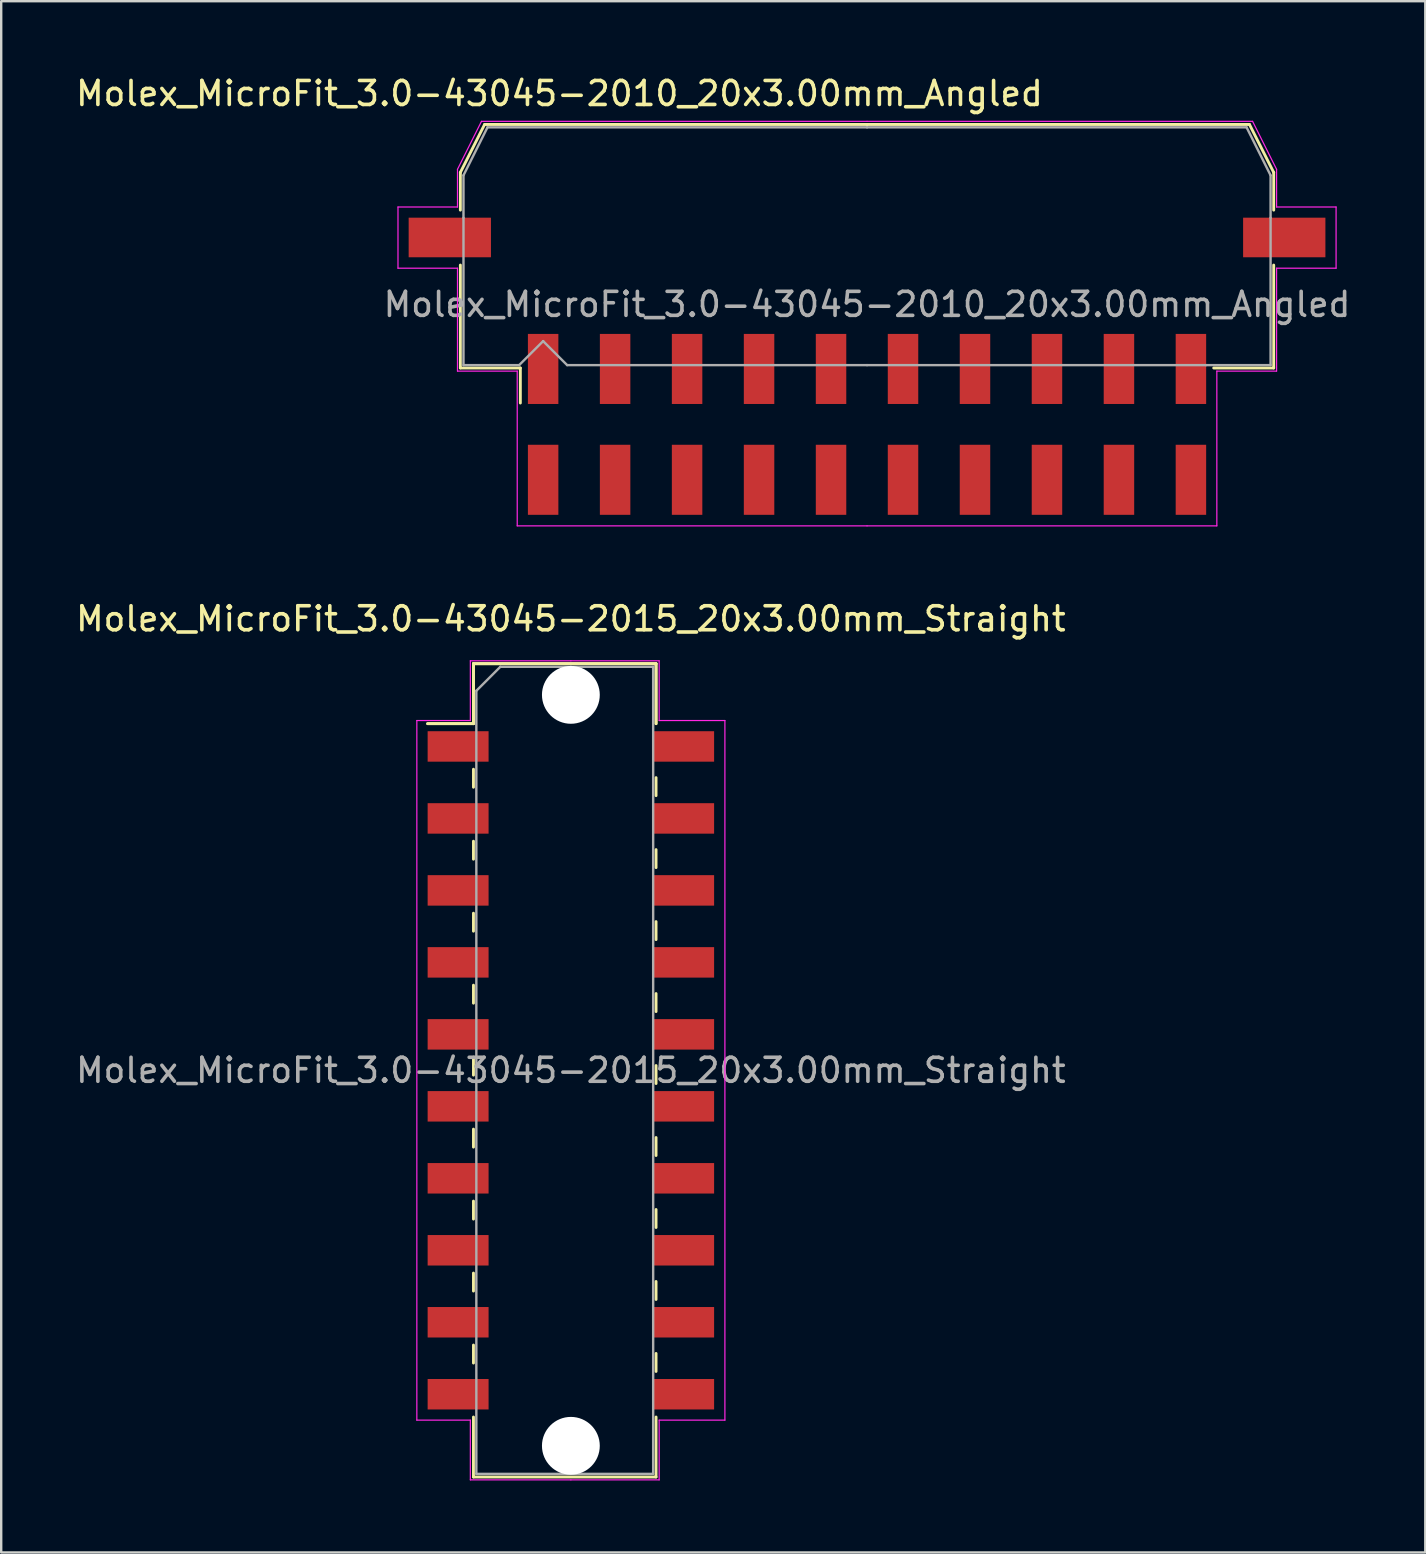
<source format=kicad_pcb>
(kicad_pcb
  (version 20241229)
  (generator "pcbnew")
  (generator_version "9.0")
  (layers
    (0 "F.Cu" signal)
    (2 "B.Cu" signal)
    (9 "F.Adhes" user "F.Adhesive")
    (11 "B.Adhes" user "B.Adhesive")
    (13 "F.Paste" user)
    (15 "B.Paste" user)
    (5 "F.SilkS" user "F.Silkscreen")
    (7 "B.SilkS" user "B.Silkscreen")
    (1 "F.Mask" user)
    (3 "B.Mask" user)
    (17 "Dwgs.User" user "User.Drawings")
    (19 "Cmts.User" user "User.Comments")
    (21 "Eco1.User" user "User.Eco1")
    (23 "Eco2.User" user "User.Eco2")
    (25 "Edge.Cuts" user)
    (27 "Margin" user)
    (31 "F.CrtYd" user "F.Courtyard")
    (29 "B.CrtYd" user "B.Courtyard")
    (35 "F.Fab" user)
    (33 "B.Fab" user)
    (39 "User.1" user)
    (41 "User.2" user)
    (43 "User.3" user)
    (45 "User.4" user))
  (footprint "Molex_MicroFit_3.0-43045-2015_20x3.00mm_Straight"
    (layer "F.Cu")
    (at 20.744 41.562)
    (property "Reference" "Molex_MicroFit_3.0-43045-2015_20x3.00mm_Straight" (at 0 -18.82 0) (layer "F.SilkS") (effects (font (size 1 1) (thickness 0.15))))
    (attr smd)
    (fp_line (start -5.97 -14.45) (end -4.06 -14.45) (stroke (width 0.12) (type solid)) (layer "F.SilkS"))
    (fp_line (start -5.97 -14.45) (end -4.06 -14.45) (stroke (width 0.12) (type solid)) (layer "F.SilkS"))
    (fp_line (start -4.06 -16.95) (end 3.55 -16.95) (stroke (width 0.12) (type solid)) (layer "F.SilkS"))
    (fp_line (start -4.06 -16.95) (end 3.55 -16.95) (stroke (width 0.12) (type solid)) (layer "F.SilkS"))
    (fp_line (start -4.06 -14.45) (end -4.06 -16.95) (stroke (width 0.12) (type solid)) (layer "F.SilkS"))
    (fp_line (start -4.06 -14.45) (end -4.06 -16.95) (stroke (width 0.12) (type solid)) (layer "F.SilkS"))
    (fp_line (start -4.06 -12.55) (end -4.06 -11.8) (stroke (width 0.12) (type solid)) (layer "F.SilkS"))
    (fp_line (start -4.06 -9.55) (end -4.06 -8.8) (stroke (width 0.12) (type solid)) (layer "F.SilkS"))
    (fp_line (start -4.06 -6.55) (end -4.06 -5.8) (stroke (width 0.12) (type solid)) (layer "F.SilkS"))
    (fp_line (start -4.06 -3.55) (end -4.06 -2.8) (stroke (width 0.12) (type solid)) (layer "F.SilkS"))
    (fp_line (start -4.06 -0.55) (end -4.06 0.2) (stroke (width 0.12) (type solid)) (layer "F.SilkS"))
    (fp_line (start -4.06 2.45) (end -4.06 3.2) (stroke (width 0.12) (type solid)) (layer "F.SilkS"))
    (fp_line (start -4.06 5.45) (end -4.06 6.2) (stroke (width 0.12) (type solid)) (layer "F.SilkS"))
    (fp_line (start -4.06 8.45) (end -4.06 9.2) (stroke (width 0.12) (type solid)) (layer "F.SilkS"))
    (fp_line (start -4.06 11.45) (end -4.06 12.2) (stroke (width 0.12) (type solid)) (layer "F.SilkS"))
    (fp_line (start -4.06 16.95) (end -4.06 14.45) (stroke (width 0.12) (type solid)) (layer "F.SilkS"))
    (fp_line (start 3.55 -16.95) (end 3.55 -14.45) (stroke (width 0.12) (type solid)) (layer "F.SilkS"))
    (fp_line (start 3.55 -16.95) (end 3.55 -14.45) (stroke (width 0.12) (type solid)) (layer "F.SilkS"))
    (fp_line (start 3.55 -11.45) (end 3.55 -12.2) (stroke (width 0.12) (type solid)) (layer "F.SilkS"))
    (fp_line (start 3.55 -8.45) (end 3.55 -9.2) (stroke (width 0.12) (type solid)) (layer "F.SilkS"))
    (fp_line (start 3.55 -5.45) (end 3.55 -6.2) (stroke (width 0.12) (type solid)) (layer "F.SilkS"))
    (fp_line (start 3.55 -2.45) (end 3.55 -3.2) (stroke (width 0.12) (type solid)) (layer "F.SilkS"))
    (fp_line (start 3.55 0.55) (end 3.55 -0.2) (stroke (width 0.12) (type solid)) (layer "F.SilkS"))
    (fp_line (start 3.55 3.55) (end 3.55 2.8) (stroke (width 0.12) (type solid)) (layer "F.SilkS"))
    (fp_line (start 3.55 6.55) (end 3.55 5.8) (stroke (width 0.12) (type solid)) (layer "F.SilkS"))
    (fp_line (start 3.55 9.55) (end 3.55 8.8) (stroke (width 0.12) (type solid)) (layer "F.SilkS"))
    (fp_line (start 3.55 12.55) (end 3.55 11.8) (stroke (width 0.12) (type solid)) (layer "F.SilkS"))
    (fp_line (start 3.55 14.45) (end 3.55 16.95) (stroke (width 0.12) (type solid)) (layer "F.SilkS"))
    (fp_line (start 3.55 16.95) (end -4.06 16.95) (stroke (width 0.12) (type solid)) (layer "F.SilkS"))
    (fp_line (start -6.42 -14.58) (end -4.19 -14.58) (stroke (width 0.05) (type solid)) (layer "F.CrtYd"))
    (fp_line (start -6.42 14.58) (end -6.42 -14.58) (stroke (width 0.05) (type solid)) (layer "F.CrtYd"))
    (fp_line (start -4.19 -17.07) (end 0 -17.07) (stroke (width 0.05) (type solid)) (layer "F.CrtYd"))
    (fp_line (start -4.19 -14.58) (end -4.19 -17.07) (stroke (width 0.05) (type solid)) (layer "F.CrtYd"))
    (fp_line (start -4.19 14.58) (end -6.42 14.58) (stroke (width 0.05) (type solid)) (layer "F.CrtYd"))
    (fp_line (start -4.19 17.07) (end -4.19 14.58) (stroke (width 0.05) (type solid)) (layer "F.CrtYd"))
    (fp_line (start 0 -17.07) (end 3.68 -17.07) (stroke (width 0.05) (type solid)) (layer "F.CrtYd"))
    (fp_line (start 0 17.07) (end -4.19 17.07) (stroke (width 0.05) (type solid)) (layer "F.CrtYd"))
    (fp_line (start 3.68 -17.07) (end 3.68 -14.58) (stroke (width 0.05) (type solid)) (layer "F.CrtYd"))
    (fp_line (start 3.68 -14.58) (end 6.42 -14.58) (stroke (width 0.05) (type solid)) (layer "F.CrtYd"))
    (fp_line (start 3.68 14.58) (end 3.68 17.07) (stroke (width 0.05) (type solid)) (layer "F.CrtYd"))
    (fp_line (start 3.68 17.07) (end 0 17.07) (stroke (width 0.05) (type solid)) (layer "F.CrtYd"))
    (fp_line (start 6.42 -14.58) (end 6.42 14.58) (stroke (width 0.05) (type solid)) (layer "F.CrtYd"))
    (fp_line (start 6.42 14.58) (end 3.68 14.58) (stroke (width 0.05) (type solid)) (layer "F.CrtYd"))
    (fp_line (start -3.94 -15.82) (end -2.94 -16.82) (stroke (width 0.1) (type solid)) (layer "F.Fab"))
    (fp_line (start -3.94 16.82) (end -3.94 -15.82) (stroke (width 0.1) (type solid)) (layer "F.Fab"))
    (fp_line (start -2.94 -16.82) (end 0 -16.82) (stroke (width 0.1) (type solid)) (layer "F.Fab"))
    (fp_line (start 0 -16.82) (end 3.43 -16.82) (stroke (width 0.1) (type solid)) (layer "F.Fab"))
    (fp_line (start 0 16.82) (end -3.94 16.82) (stroke (width 0.1) (type solid)) (layer "F.Fab"))
    (fp_line (start 3.43 -16.82) (end 3.43 16.82) (stroke (width 0.1) (type solid)) (layer "F.Fab"))
    (fp_line (start 3.43 16.82) (end 0 16.82) (stroke (width 0.1) (type solid)) (layer "F.Fab"))
    (fp_text user "${REFERENCE}" (at 0 0 0) (layer "F.Fab") (effects (font (size 1 1) (thickness 0.15))))
    (pad "" np_thru_hole circle (at 0 -15.65) (size 2.41 2.41) (drill 2.41) (layers "*.Cu"))
    (pad "" np_thru_hole circle (at 0 15.65) (size 2.41 2.41) (drill 2.41) (layers "*.Cu"))
    (pad "1" smd rect (at -4.7 -13.5) (size 2.54 1.27) (layers "F.Cu" "F.Mask" "F.Paste"))
    (pad "2" smd rect (at -4.7 -10.5) (size 2.54 1.27) (layers "F.Cu" "F.Mask" "F.Paste"))
    (pad "3" smd rect (at -4.7 -7.5) (size 2.54 1.27) (layers "F.Cu" "F.Mask" "F.Paste"))
    (pad "4" smd rect (at -4.7 -4.5) (size 2.54 1.27) (layers "F.Cu" "F.Mask" "F.Paste"))
    (pad "5" smd rect (at -4.7 -1.5) (size 2.54 1.27) (layers "F.Cu" "F.Mask" "F.Paste"))
    (pad "6" smd rect (at -4.7 1.5) (size 2.54 1.27) (layers "F.Cu" "F.Mask" "F.Paste"))
    (pad "7" smd rect (at -4.7 4.5) (size 2.54 1.27) (layers "F.Cu" "F.Mask" "F.Paste"))
    (pad "8" smd rect (at -4.7 7.5) (size 2.54 1.27) (layers "F.Cu" "F.Mask" "F.Paste"))
    (pad "9" smd rect (at -4.7 10.5) (size 2.54 1.27) (layers "F.Cu" "F.Mask" "F.Paste"))
    (pad "10" smd rect (at -4.7 13.5) (size 2.54 1.27) (layers "F.Cu" "F.Mask" "F.Paste"))
    (pad "11" smd rect (at 4.7 13.5) (size 2.54 1.27) (layers "F.Cu" "F.Mask" "F.Paste"))
    (pad "12" smd rect (at 4.7 10.5) (size 2.54 1.27) (layers "F.Cu" "F.Mask" "F.Paste"))
    (pad "13" smd rect (at 4.7 7.5) (size 2.54 1.27) (layers "F.Cu" "F.Mask" "F.Paste"))
    (pad "14" smd rect (at 4.7 4.5) (size 2.54 1.27) (layers "F.Cu" "F.Mask" "F.Paste"))
    (pad "15" smd rect (at 4.7 1.5) (size 2.54 1.27) (layers "F.Cu" "F.Mask" "F.Paste"))
    (pad "16" smd rect (at 4.7 -1.5) (size 2.54 1.27) (layers "F.Cu" "F.Mask" "F.Paste"))
    (pad "17" smd rect (at 4.7 -4.5) (size 2.54 1.27) (layers "F.Cu" "F.Mask" "F.Paste"))
    (pad "18" smd rect (at 4.7 -7.5) (size 2.54 1.27) (layers "F.Cu" "F.Mask" "F.Paste"))
    (pad "19" smd rect (at 4.7 -10.5) (size 2.54 1.27) (layers "F.Cu" "F.Mask" "F.Paste"))
    (pad "20" smd rect (at 4.7 -13.5) (size 2.54 1.27) (layers "F.Cu" "F.Mask" "F.Paste")))
  (footprint "Molex_MicroFit_3.0-43045-2010_20x3.00mm_Angled"
    (layer "F.Cu")
    (at 33.088 14.638)
    (property "Reference" "Molex_MicroFit_3.0-43045-2010_20x3.00mm_Angled" (at -12.82 -13.79 0) (layer "F.SilkS") (effects (font (size 1 1) (thickness 0.15))))
    (attr smd)
    (fp_line (start -16.95 -10.5) (end -16.95 -8.93) (stroke (width 0.12) (type solid)) (layer "F.SilkS"))
    (fp_line (start -16.95 -6.64) (end -16.95 -2.35) (stroke (width 0.12) (type solid)) (layer "F.SilkS"))
    (fp_line (start -16.95 -2.35) (end -14.45 -2.35) (stroke (width 0.12) (type solid)) (layer "F.SilkS"))
    (fp_line (start -15.94 -12.5) (end -16.95 -10.5) (stroke (width 0.12) (type solid)) (layer "F.SilkS"))
    (fp_line (start -14.45 -2.35) (end -14.45 -0.89) (stroke (width 0.12) (type solid)) (layer "F.SilkS"))
    (fp_line (start 0 -12.5) (end -15.94 -12.5) (stroke (width 0.12) (type solid)) (layer "F.SilkS"))
    (fp_line (start 0 -12.5) (end 15.94 -12.5) (stroke (width 0.12) (type solid)) (layer "F.SilkS"))
    (fp_line (start 15.94 -12.5) (end 16.95 -10.5) (stroke (width 0.12) (type solid)) (layer "F.SilkS"))
    (fp_line (start 16.95 -10.5) (end 16.95 -8.93) (stroke (width 0.12) (type solid)) (layer "F.SilkS"))
    (fp_line (start 16.95 -6.64) (end 16.95 -2.35) (stroke (width 0.12) (type solid)) (layer "F.SilkS"))
    (fp_line (start 16.95 -2.35) (end 14.45 -2.35) (stroke (width 0.12) (type solid)) (layer "F.SilkS"))
    (fp_line (start -19.55 -9.06) (end -19.55 -6.51) (stroke (width 0.05) (type solid)) (layer "F.CrtYd"))
    (fp_line (start -19.55 -6.51) (end -17.07 -6.51) (stroke (width 0.05) (type solid)) (layer "F.CrtYd"))
    (fp_line (start -17.07 -10.63) (end -17.07 -9.06) (stroke (width 0.05) (type solid)) (layer "F.CrtYd"))
    (fp_line (start -17.07 -9.06) (end -19.55 -9.06) (stroke (width 0.05) (type solid)) (layer "F.CrtYd"))
    (fp_line (start -17.07 -6.51) (end -17.07 -2.22) (stroke (width 0.05) (type solid)) (layer "F.CrtYd"))
    (fp_line (start -17.07 -2.22) (end -14.58 -2.22) (stroke (width 0.05) (type solid)) (layer "F.CrtYd"))
    (fp_line (start -16.07 -12.63) (end -17.07 -10.63) (stroke (width 0.05) (type solid)) (layer "F.CrtYd"))
    (fp_line (start -14.58 -2.22) (end -14.58 4.23) (stroke (width 0.05) (type solid)) (layer "F.CrtYd"))
    (fp_line (start -14.58 4.23) (end 0 4.23) (stroke (width 0.05) (type solid)) (layer "F.CrtYd"))
    (fp_line (start 0 -12.63) (end -16.07 -12.63) (stroke (width 0.05) (type solid)) (layer "F.CrtYd"))
    (fp_line (start 0 -12.63) (end 16.07 -12.63) (stroke (width 0.05) (type solid)) (layer "F.CrtYd"))
    (fp_line (start 14.58 -2.22) (end 14.58 4.23) (stroke (width 0.05) (type solid)) (layer "F.CrtYd"))
    (fp_line (start 14.58 4.23) (end 0 4.23) (stroke (width 0.05) (type solid)) (layer "F.CrtYd"))
    (fp_line (start 16.07 -12.63) (end 17.07 -10.63) (stroke (width 0.05) (type solid)) (layer "F.CrtYd"))
    (fp_line (start 17.07 -10.63) (end 17.07 -9.06) (stroke (width 0.05) (type solid)) (layer "F.CrtYd"))
    (fp_line (start 17.07 -9.06) (end 19.55 -9.06) (stroke (width 0.05) (type solid)) (layer "F.CrtYd"))
    (fp_line (start 17.07 -6.51) (end 17.07 -2.22) (stroke (width 0.05) (type solid)) (layer "F.CrtYd"))
    (fp_line (start 17.07 -2.22) (end 14.58 -2.22) (stroke (width 0.05) (type solid)) (layer "F.CrtYd"))
    (fp_line (start 19.55 -9.06) (end 19.55 -6.51) (stroke (width 0.05) (type solid)) (layer "F.CrtYd"))
    (fp_line (start 19.55 -6.51) (end 17.07 -6.51) (stroke (width 0.05) (type solid)) (layer "F.CrtYd"))
    (fp_line (start -16.82 -10.38) (end -16.82 -8.61) (stroke (width 0.1) (type solid)) (layer "F.Fab"))
    (fp_line (start -16.82 -8.61) (end -16.82 -2.47) (stroke (width 0.1) (type solid)) (layer "F.Fab"))
    (fp_line (start -16.82 -2.47) (end -14.5 -2.47) (stroke (width 0.1) (type solid)) (layer "F.Fab"))
    (fp_line (start -15.82 -12.38) (end -16.82 -10.38) (stroke (width 0.1) (type solid)) (layer "F.Fab"))
    (fp_line (start -14.5 -2.47) (end -13.5 -3.47) (stroke (width 0.1) (type solid)) (layer "F.Fab"))
    (fp_line (start -13.5 -3.47) (end -12.5 -2.47) (stroke (width 0.1) (type solid)) (layer "F.Fab"))
    (fp_line (start -12.5 -2.47) (end 0 -2.47) (stroke (width 0.1) (type solid)) (layer "F.Fab"))
    (fp_line (start 0 -12.38) (end -15.82 -12.38) (stroke (width 0.1) (type solid)) (layer "F.Fab"))
    (fp_line (start 0 -12.38) (end 15.82 -12.38) (stroke (width 0.1) (type solid)) (layer "F.Fab"))
    (fp_line (start 14.13 -2.47) (end 0 -2.47) (stroke (width 0.1) (type solid)) (layer "F.Fab"))
    (fp_line (start 15.82 -12.38) (end 16.82 -10.38) (stroke (width 0.1) (type solid)) (layer "F.Fab"))
    (fp_line (start 16.82 -10.38) (end 16.82 -8.61) (stroke (width 0.1) (type solid)) (layer "F.Fab"))
    (fp_line (start 16.82 -8.61) (end 16.82 -2.47) (stroke (width 0.1) (type solid)) (layer "F.Fab"))
    (fp_line (start 16.82 -2.47) (end 14.13 -2.47) (stroke (width 0.1) (type solid)) (layer "F.Fab"))
    (fp_text user "${REFERENCE}" (at 0 -5 0) (layer "F.Fab") (effects (font (size 1 1) (thickness 0.15))))
    (pad "" smd rect (at -17.39 -7.79) (size 3.43 1.65) (layers "F.Cu" "F.Mask" "F.Paste"))
    (pad "" smd rect (at 17.39 -7.79) (size 3.43 1.65) (layers "F.Cu" "F.Mask" "F.Paste"))
    (pad "1" smd rect (at -13.5 -2.31) (size 1.27 2.92) (layers "F.Cu" "F.Mask" "F.Paste"))
    (pad "2" smd rect (at -10.5 -2.31) (size 1.27 2.92) (layers "F.Cu" "F.Mask" "F.Paste"))
    (pad "3" smd rect (at -7.5 -2.31) (size 1.27 2.92) (layers "F.Cu" "F.Mask" "F.Paste"))
    (pad "4" smd rect (at -4.5 -2.31) (size 1.27 2.92) (layers "F.Cu" "F.Mask" "F.Paste"))
    (pad "5" smd rect (at -1.5 -2.31) (size 1.27 2.92) (layers "F.Cu" "F.Mask" "F.Paste"))
    (pad "6" smd rect (at 1.5 -2.31) (size 1.27 2.92) (layers "F.Cu" "F.Mask" "F.Paste"))
    (pad "7" smd rect (at 4.5 -2.31) (size 1.27 2.92) (layers "F.Cu" "F.Mask" "F.Paste"))
    (pad "8" smd rect (at 7.5 -2.31) (size 1.27 2.92) (layers "F.Cu" "F.Mask" "F.Paste"))
    (pad "9" smd rect (at 10.5 -2.31) (size 1.27 2.92) (layers "F.Cu" "F.Mask" "F.Paste"))
    (pad "10" smd rect (at 13.5 -2.31) (size 1.27 2.92) (layers "F.Cu" "F.Mask" "F.Paste"))
    (pad "11" smd rect (at 13.5 2.31) (size 1.27 2.92) (layers "F.Cu" "F.Mask" "F.Paste"))
    (pad "12" smd rect (at 10.5 2.31) (size 1.27 2.92) (layers "F.Cu" "F.Mask" "F.Paste"))
    (pad "13" smd rect (at 7.5 2.31) (size 1.27 2.92) (layers "F.Cu" "F.Mask" "F.Paste"))
    (pad "14" smd rect (at 4.5 2.31) (size 1.27 2.92) (layers "F.Cu" "F.Mask" "F.Paste"))
    (pad "15" smd rect (at 1.5 2.31) (size 1.27 2.92) (layers "F.Cu" "F.Mask" "F.Paste"))
    (pad "16" smd rect (at -1.5 2.31) (size 1.27 2.92) (layers "F.Cu" "F.Mask" "F.Paste"))
    (pad "17" smd rect (at -4.5 2.31) (size 1.27 2.92) (layers "F.Cu" "F.Mask" "F.Paste"))
    (pad "18" smd rect (at -7.5 2.31) (size 1.27 2.92) (layers "F.Cu" "F.Mask" "F.Paste"))
    (pad "19" smd rect (at -10.5 2.31) (size 1.27 2.92) (layers "F.Cu" "F.Mask" "F.Paste"))
    (pad "20" smd rect (at -13.5 2.31) (size 1.27 2.92) (layers "F.Cu" "F.Mask" "F.Paste")))
  (gr_rect
    (start -3 -3)
    (end 56.356 61.657)
    (stroke (width 0.1) (type default))
    (fill no)
    (layer "Edge.Cuts")))
</source>
